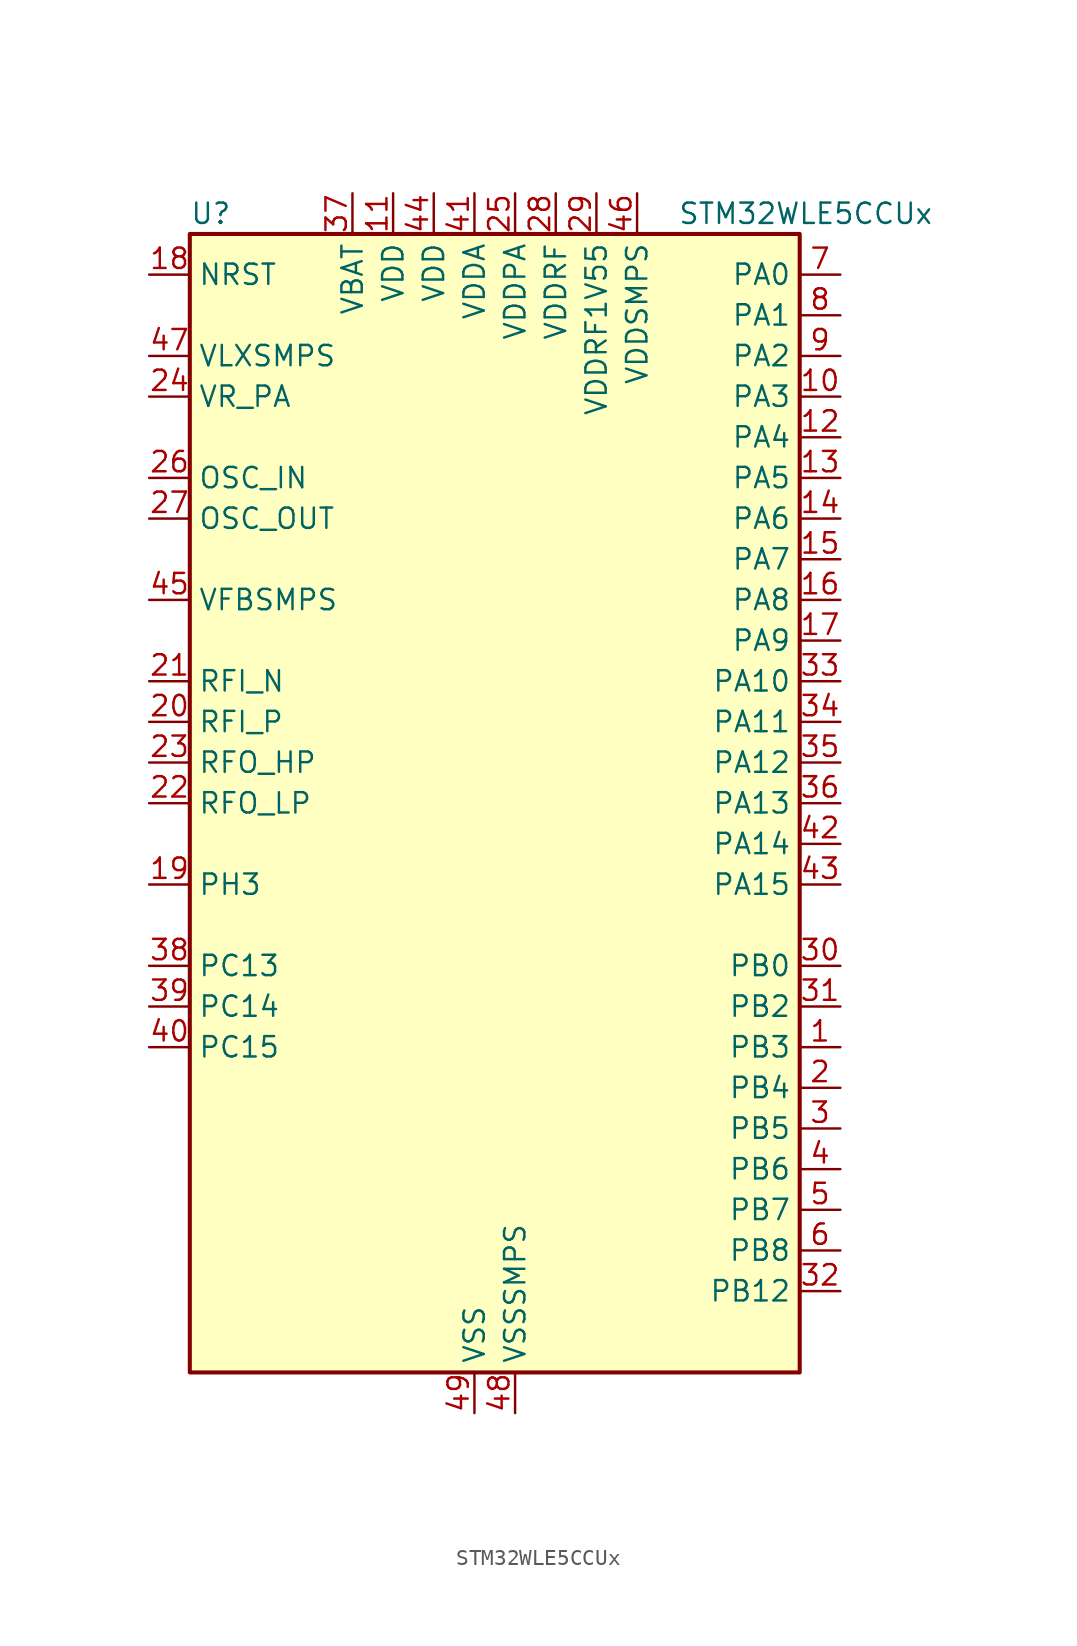
<source format=kicad_sym>
(kicad_symbol_lib
  (version 20231120)
  (generator "kicad_symbol_editor")
  (generator_version "8.0")
  (symbol "STM32WLE5CCUx"
    (property "Reference" "U"
      (at -17.78 36.83 0)
      (effects (font (size 1.27 1.27)) (justify left)))
    (property "Value" "STM32WLE5CCUx"
      (at 12.7 36.83 0)
      (effects (font (size 1.27 1.27)) (justify left)))
    (property "ki_locked" ""
      (at 0 0 0)
      (effects (font (size 1.27 1.27))))
    (symbol "STM32WLE5CCUx_0_1"
      (rectangle (start -17.78 -35.56) (end 20.32 35.56) (stroke (width 0.254) (type default)) (fill (type background))))
    (symbol "STM32WLE5CCUx_1_1"
      (pin bidirectional line (at 22.86 -15.24 180) (length 2.54) (name "PB3" (effects (font (size 1.27 1.27)))) (number "1" (effects (font (size 1.27 1.27)))) (alternate "ADC_IN2" bidirectional line) (alternate "COMP1_INM" bidirectional line) (alternate "COMP2_INM" bidirectional line) (alternate "DEBUG_JTDO-SWO" bidirectional line) (alternate "DEBUG_RF-DTB1" bidirectional line) (alternate "PWR_WKUP3" bidirectional line) (alternate "RTC_TAMP_IN3" bidirectional line) (alternate "SPI1_SCK" bidirectional line) (alternate "TIM2_CH2" bidirectional line) (alternate "USART1_DE" bidirectional line) (alternate "USART1_RTS" bidirectional line))
      (pin bidirectional line (at 22.86 25.4 180) (length 2.54) (name "PA3" (effects (font (size 1.27 1.27)))) (number "10" (effects (font (size 1.27 1.27)))) (alternate "I2S2_MCK" bidirectional line) (alternate "LPUART1_RX" bidirectional line) (alternate "TIM2_CH4" bidirectional line) (alternate "USART2_RX" bidirectional line))
      (pin power_in line (at -5.08 38.1 270) (length 2.54) (name "VDD" (effects (font (size 1.27 1.27)))) (number "11" (effects (font (size 1.27 1.27)))))
      (pin bidirectional line (at 22.86 22.86 180) (length 2.54) (name "PA4" (effects (font (size 1.27 1.27)))) (number "12" (effects (font (size 1.27 1.27)))) (alternate "DEBUG_SUBGHZSPI-NSSOUT" bidirectional line) (alternate "LPTIM1_OUT" bidirectional line) (alternate "LPTIM2_OUT" bidirectional line) (alternate "RTC_OUT2" bidirectional line) (alternate "SPI1_NSS" bidirectional line) (alternate "USART2_CK" bidirectional line))
      (pin bidirectional line (at 22.86 20.32 180) (length 2.54) (name "PA5" (effects (font (size 1.27 1.27)))) (number "13" (effects (font (size 1.27 1.27)))) (alternate "DEBUG_SUBGHZSPI-SCKOUT" bidirectional line) (alternate "LPTIM2_ETR" bidirectional line) (alternate "SPI1_SCK" bidirectional line) (alternate "SPI2_MISO" bidirectional line) (alternate "TIM2_CH1" bidirectional line) (alternate "TIM2_ETR" bidirectional line))
      (pin bidirectional line (at 22.86 17.78 180) (length 2.54) (name "PA6" (effects (font (size 1.27 1.27)))) (number "14" (effects (font (size 1.27 1.27)))) (alternate "DEBUG_SUBGHZSPI-MISOOUT" bidirectional line) (alternate "I2C2_SMBA" bidirectional line) (alternate "LPUART1_CTS" bidirectional line) (alternate "SPI1_MISO" bidirectional line) (alternate "TIM16_CH1" bidirectional line) (alternate "TIM1_BKIN" bidirectional line))
      (pin bidirectional line (at 22.86 15.24 180) (length 2.54) (name "PA7" (effects (font (size 1.27 1.27)))) (number "15" (effects (font (size 1.27 1.27)))) (alternate "COMP2_OUT" bidirectional line) (alternate "DEBUG_SUBGHZSPI-MOSIOUT" bidirectional line) (alternate "I2C3_SCL" bidirectional line) (alternate "SPI1_MOSI" bidirectional line) (alternate "TIM17_CH1" bidirectional line) (alternate "TIM1_CH1N" bidirectional line))
      (pin bidirectional line (at 22.86 12.7 180) (length 2.54) (name "PA8" (effects (font (size 1.27 1.27)))) (number "16" (effects (font (size 1.27 1.27)))) (alternate "I2S2_CK" bidirectional line) (alternate "LPTIM2_OUT" bidirectional line) (alternate "RCC_MCO" bidirectional line) (alternate "SPI2_SCK" bidirectional line) (alternate "TIM1_CH1" bidirectional line) (alternate "USART1_CK" bidirectional line))
      (pin bidirectional line (at 22.86 10.16 180) (length 2.54) (name "PA9" (effects (font (size 1.27 1.27)))) (number "17" (effects (font (size 1.27 1.27)))) (alternate "DAC_EXTI9" bidirectional line) (alternate "I2C1_SCL" bidirectional line) (alternate "I2S2_CK" bidirectional line) (alternate "I2S2_WS" bidirectional line) (alternate "SPI2_NSS" bidirectional line) (alternate "SPI2_SCK" bidirectional line) (alternate "TIM1_CH2" bidirectional line) (alternate "USART1_TX" bidirectional line))
      (pin input line (at -20.32 33.02 0) (length 2.54) (name "NRST" (effects (font (size 1.27 1.27)))) (number "18" (effects (font (size 1.27 1.27)))))
      (pin bidirectional line (at -20.32 -5.08 0) (length 2.54) (name "PH3" (effects (font (size 1.27 1.27)))) (number "19" (effects (font (size 1.27 1.27)))))
      (pin bidirectional line (at 22.86 -17.78 180) (length 2.54) (name "PB4" (effects (font (size 1.27 1.27)))) (number "2" (effects (font (size 1.27 1.27)))) (alternate "ADC_IN3" bidirectional line) (alternate "COMP1_INP" bidirectional line) (alternate "COMP2_INP" bidirectional line) (alternate "DEBUG_JTRST" bidirectional line) (alternate "DEBUG_RF-LDORDY" bidirectional line) (alternate "I2C3_SDA" bidirectional line) (alternate "SPI1_MISO" bidirectional line) (alternate "TIM17_BKIN" bidirectional line) (alternate "USART1_CTS" bidirectional line) (alternate "USART1_NSS" bidirectional line))
      (pin bidirectional line (at -20.32 5.08 0) (length 2.54) (name "RFI_P" (effects (font (size 1.27 1.27)))) (number "20" (effects (font (size 1.27 1.27)))))
      (pin bidirectional line (at -20.32 7.62 0) (length 2.54) (name "RFI_N" (effects (font (size 1.27 1.27)))) (number "21" (effects (font (size 1.27 1.27)))))
      (pin bidirectional line (at -20.32 0 0) (length 2.54) (name "RFO_LP" (effects (font (size 1.27 1.27)))) (number "22" (effects (font (size 1.27 1.27)))))
      (pin bidirectional line (at -20.32 2.54 0) (length 2.54) (name "RFO_HP" (effects (font (size 1.27 1.27)))) (number "23" (effects (font (size 1.27 1.27)))))
      (pin power_in line (at -20.32 25.4 0) (length 2.54) (name "VR_PA" (effects (font (size 1.27 1.27)))) (number "24" (effects (font (size 1.27 1.27)))))
      (pin power_in line (at 2.54 38.1 270) (length 2.54) (name "VDDPA" (effects (font (size 1.27 1.27)))) (number "25" (effects (font (size 1.27 1.27)))))
      (pin input line (at -20.32 20.32 0) (length 2.54) (name "OSC_IN" (effects (font (size 1.27 1.27)))) (number "26" (effects (font (size 1.27 1.27)))) (alternate "RCC_OSC_IN" bidirectional line))
      (pin input line (at -20.32 17.78 0) (length 2.54) (name "OSC_OUT" (effects (font (size 1.27 1.27)))) (number "27" (effects (font (size 1.27 1.27)))) (alternate "RCC_OSC_OUT" bidirectional line))
      (pin power_in line (at 5.08 38.1 270) (length 2.54) (name "VDDRF" (effects (font (size 1.27 1.27)))) (number "28" (effects (font (size 1.27 1.27)))))
      (pin power_in line (at 7.62 38.1 270) (length 2.54) (name "VDDRF1V55" (effects (font (size 1.27 1.27)))) (number "29" (effects (font (size 1.27 1.27)))))
      (pin bidirectional line (at 22.86 -20.32 180) (length 2.54) (name "PB5" (effects (font (size 1.27 1.27)))) (number "3" (effects (font (size 1.27 1.27)))) (alternate "COMP2_OUT" bidirectional line) (alternate "I2C1_SMBA" bidirectional line) (alternate "LPTIM1_IN1" bidirectional line) (alternate "SPI1_MOSI" bidirectional line) (alternate "TIM16_BKIN" bidirectional line) (alternate "USART1_CK" bidirectional line))
      (pin bidirectional line (at 22.86 -10.16 180) (length 2.54) (name "PB0" (effects (font (size 1.27 1.27)))) (number "30" (effects (font (size 1.27 1.27)))) (alternate "COMP1_OUT" bidirectional line) (alternate "VDDTCXO" bidirectional line))
      (pin bidirectional line (at 22.86 -12.7 180) (length 2.54) (name "PB2" (effects (font (size 1.27 1.27)))) (number "31" (effects (font (size 1.27 1.27)))) (alternate "ADC_IN4" bidirectional line) (alternate "COMP1_INP" bidirectional line) (alternate "COMP2_INM" bidirectional line) (alternate "DEBUG_RF-SMPSRDY" bidirectional line) (alternate "I2C3_SMBA" bidirectional line) (alternate "LPTIM1_OUT" bidirectional line) (alternate "SPI1_NSS" bidirectional line))
      (pin bidirectional line (at 22.86 -30.48 180) (length 2.54) (name "PB12" (effects (font (size 1.27 1.27)))) (number "32" (effects (font (size 1.27 1.27)))) (alternate "I2C3_SMBA" bidirectional line) (alternate "I2S2_WS" bidirectional line) (alternate "LPUART1_RTS" bidirectional line) (alternate "SPI2_NSS" bidirectional line) (alternate "TIM1_BKIN" bidirectional line))
      (pin bidirectional line (at 22.86 7.62 180) (length 2.54) (name "PA10" (effects (font (size 1.27 1.27)))) (number "33" (effects (font (size 1.27 1.27)))) (alternate "ADC_IN6" bidirectional line) (alternate "COMP1_INM" bidirectional line) (alternate "COMP2_INM" bidirectional line) (alternate "DAC_OUT1" bidirectional line) (alternate "DEBUG_RF-HSE32RDY" bidirectional line) (alternate "I2C1_SDA" bidirectional line) (alternate "I2S2_SD" bidirectional line) (alternate "RTC_REFIN" bidirectional line) (alternate "SPI2_MOSI" bidirectional line) (alternate "TIM17_BKIN" bidirectional line) (alternate "TIM1_CH3" bidirectional line) (alternate "USART1_RX" bidirectional line))
      (pin bidirectional line (at 22.86 5.08 180) (length 2.54) (name "PA11" (effects (font (size 1.27 1.27)))) (number "34" (effects (font (size 1.27 1.27)))) (alternate "ADC_EXTI11" bidirectional line) (alternate "ADC_IN7" bidirectional line) (alternate "COMP1_INM" bidirectional line) (alternate "COMP2_INM" bidirectional line) (alternate "DEBUG_RF-NRESET" bidirectional line) (alternate "I2C2_SDA" bidirectional line) (alternate "LPTIM3_ETR" bidirectional line) (alternate "SPI1_MISO" bidirectional line) (alternate "TIM1_BKIN2" bidirectional line) (alternate "TIM1_CH4" bidirectional line) (alternate "USART1_CTS" bidirectional line) (alternate "USART1_NSS" bidirectional line))
      (pin bidirectional line (at 22.86 2.54 180) (length 2.54) (name "PA12" (effects (font (size 1.27 1.27)))) (number "35" (effects (font (size 1.27 1.27)))) (alternate "ADC_IN8" bidirectional line) (alternate "DEBUG_RF-BUSY" bidirectional line) (alternate "I2C2_SCL" bidirectional line) (alternate "LPTIM3_IN1" bidirectional line) (alternate "SPI1_MOSI" bidirectional line) (alternate "TIM1_ETR" bidirectional line) (alternate "USART1_DE" bidirectional line) (alternate "USART1_RTS" bidirectional line))
      (pin bidirectional line (at 22.86 0 180) (length 2.54) (name "PA13" (effects (font (size 1.27 1.27)))) (number "36" (effects (font (size 1.27 1.27)))) (alternate "ADC_IN9" bidirectional line) (alternate "DEBUG_JTMS-SWDIO" bidirectional line) (alternate "I2C2_SMBA" bidirectional line) (alternate "IR_OUT" bidirectional line))
      (pin power_in line (at -7.62 38.1 270) (length 2.54) (name "VBAT" (effects (font (size 1.27 1.27)))) (number "37" (effects (font (size 1.27 1.27)))))
      (pin bidirectional line (at -20.32 -10.16 0) (length 2.54) (name "PC13" (effects (font (size 1.27 1.27)))) (number "38" (effects (font (size 1.27 1.27)))) (alternate "PWR_WKUP2" bidirectional line) (alternate "RTC_OUT1" bidirectional line) (alternate "RTC_TAMP_IN1" bidirectional line) (alternate "RTC_TS" bidirectional line))
      (pin bidirectional line (at -20.32 -12.7 0) (length 2.54) (name "PC14" (effects (font (size 1.27 1.27)))) (number "39" (effects (font (size 1.27 1.27)))) (alternate "RCC_OSC32_IN" bidirectional line))
      (pin bidirectional line (at 22.86 -22.86 180) (length 2.54) (name "PB6" (effects (font (size 1.27 1.27)))) (number "4" (effects (font (size 1.27 1.27)))) (alternate "I2C1_SCL" bidirectional line) (alternate "LPTIM1_ETR" bidirectional line) (alternate "TIM16_CH1N" bidirectional line) (alternate "USART1_TX" bidirectional line))
      (pin bidirectional line (at -20.32 -15.24 0) (length 2.54) (name "PC15" (effects (font (size 1.27 1.27)))) (number "40" (effects (font (size 1.27 1.27)))) (alternate "RCC_OSC32_OUT" bidirectional line))
      (pin power_in line (at 0 38.1 270) (length 2.54) (name "VDDA" (effects (font (size 1.27 1.27)))) (number "41" (effects (font (size 1.27 1.27)))))
      (pin bidirectional line (at 22.86 -2.54 180) (length 2.54) (name "PA14" (effects (font (size 1.27 1.27)))) (number "42" (effects (font (size 1.27 1.27)))) (alternate "ADC_IN10" bidirectional line) (alternate "DEBUG_JTCK-SWCLK" bidirectional line) (alternate "I2C1_SMBA" bidirectional line) (alternate "LPTIM1_OUT" bidirectional line))
      (pin bidirectional line (at 22.86 -5.08 180) (length 2.54) (name "PA15" (effects (font (size 1.27 1.27)))) (number "43" (effects (font (size 1.27 1.27)))) (alternate "ADC_IN11" bidirectional line) (alternate "COMP1_INM" bidirectional line) (alternate "COMP2_INP" bidirectional line) (alternate "DEBUG_JTDI" bidirectional line) (alternate "I2C2_SDA" bidirectional line) (alternate "SPI1_NSS" bidirectional line) (alternate "TIM2_CH1" bidirectional line) (alternate "TIM2_ETR" bidirectional line))
      (pin power_in line (at -2.54 38.1 270) (length 2.54) (name "VDD" (effects (font (size 1.27 1.27)))) (number "44" (effects (font (size 1.27 1.27)))))
      (pin input line (at -20.32 12.7 0) (length 2.54) (name "VFBSMPS" (effects (font (size 1.27 1.27)))) (number "45" (effects (font (size 1.27 1.27)))))
      (pin power_in line (at 10.16 38.1 270) (length 2.54) (name "VDDSMPS" (effects (font (size 1.27 1.27)))) (number "46" (effects (font (size 1.27 1.27)))))
      (pin power_in line (at -20.32 27.94 0) (length 2.54) (name "VLXSMPS" (effects (font (size 1.27 1.27)))) (number "47" (effects (font (size 1.27 1.27)))))
      (pin power_in line (at 2.54 -38.1 90) (length 2.54) (name "VSSSMPS" (effects (font (size 1.27 1.27)))) (number "48" (effects (font (size 1.27 1.27)))))
      (pin power_in line (at 0 -38.1 90) (length 2.54) (name "VSS" (effects (font (size 1.27 1.27)))) (number "49" (effects (font (size 1.27 1.27)))))
      (pin bidirectional line (at 22.86 -25.4 180) (length 2.54) (name "PB7" (effects (font (size 1.27 1.27)))) (number "5" (effects (font (size 1.27 1.27)))) (alternate "I2C1_SDA" bidirectional line) (alternate "LPTIM1_IN2" bidirectional line) (alternate "PWR_PVD_IN" bidirectional line) (alternate "TIM17_CH1N" bidirectional line) (alternate "TIM1_BKIN" bidirectional line) (alternate "USART1_RX" bidirectional line))
      (pin bidirectional line (at 22.86 -27.94 180) (length 2.54) (name "PB8" (effects (font (size 1.27 1.27)))) (number "6" (effects (font (size 1.27 1.27)))) (alternate "I2C1_SCL" bidirectional line) (alternate "TIM16_CH1" bidirectional line) (alternate "TIM1_CH2N" bidirectional line))
      (pin bidirectional line (at 22.86 33.02 180) (length 2.54) (name "PA0" (effects (font (size 1.27 1.27)))) (number "7" (effects (font (size 1.27 1.27)))) (alternate "COMP1_OUT" bidirectional line) (alternate "DEBUG_PWR-REGLP1S" bidirectional line) (alternate "I2C3_SMBA" bidirectional line) (alternate "I2S_CKIN" bidirectional line) (alternate "PWR_WKUP1" bidirectional line) (alternate "RTC_TAMP_IN2" bidirectional line) (alternate "TIM2_CH1" bidirectional line) (alternate "TIM2_ETR" bidirectional line) (alternate "USART2_CTS" bidirectional line) (alternate "USART2_NSS" bidirectional line))
      (pin bidirectional line (at 22.86 30.48 180) (length 2.54) (name "PA1" (effects (font (size 1.27 1.27)))) (number "8" (effects (font (size 1.27 1.27)))) (alternate "DEBUG_PWR-REGLP2S" bidirectional line) (alternate "I2C1_SMBA" bidirectional line) (alternate "LPTIM3_OUT" bidirectional line) (alternate "LPUART1_RTS" bidirectional line) (alternate "SPI1_SCK" bidirectional line) (alternate "TIM2_CH2" bidirectional line) (alternate "USART2_DE" bidirectional line) (alternate "USART2_RTS" bidirectional line))
      (pin bidirectional line (at 22.86 27.94 180) (length 2.54) (name "PA2" (effects (font (size 1.27 1.27)))) (number "9" (effects (font (size 1.27 1.27)))) (alternate "COMP2_OUT" bidirectional line) (alternate "DEBUG_PWR-LDORDY" bidirectional line) (alternate "LPUART1_TX" bidirectional line) (alternate "RCC_LSCO" bidirectional line) (alternate "TIM2_CH3" bidirectional line) (alternate "USART2_TX" bidirectional line)))))
</source>
